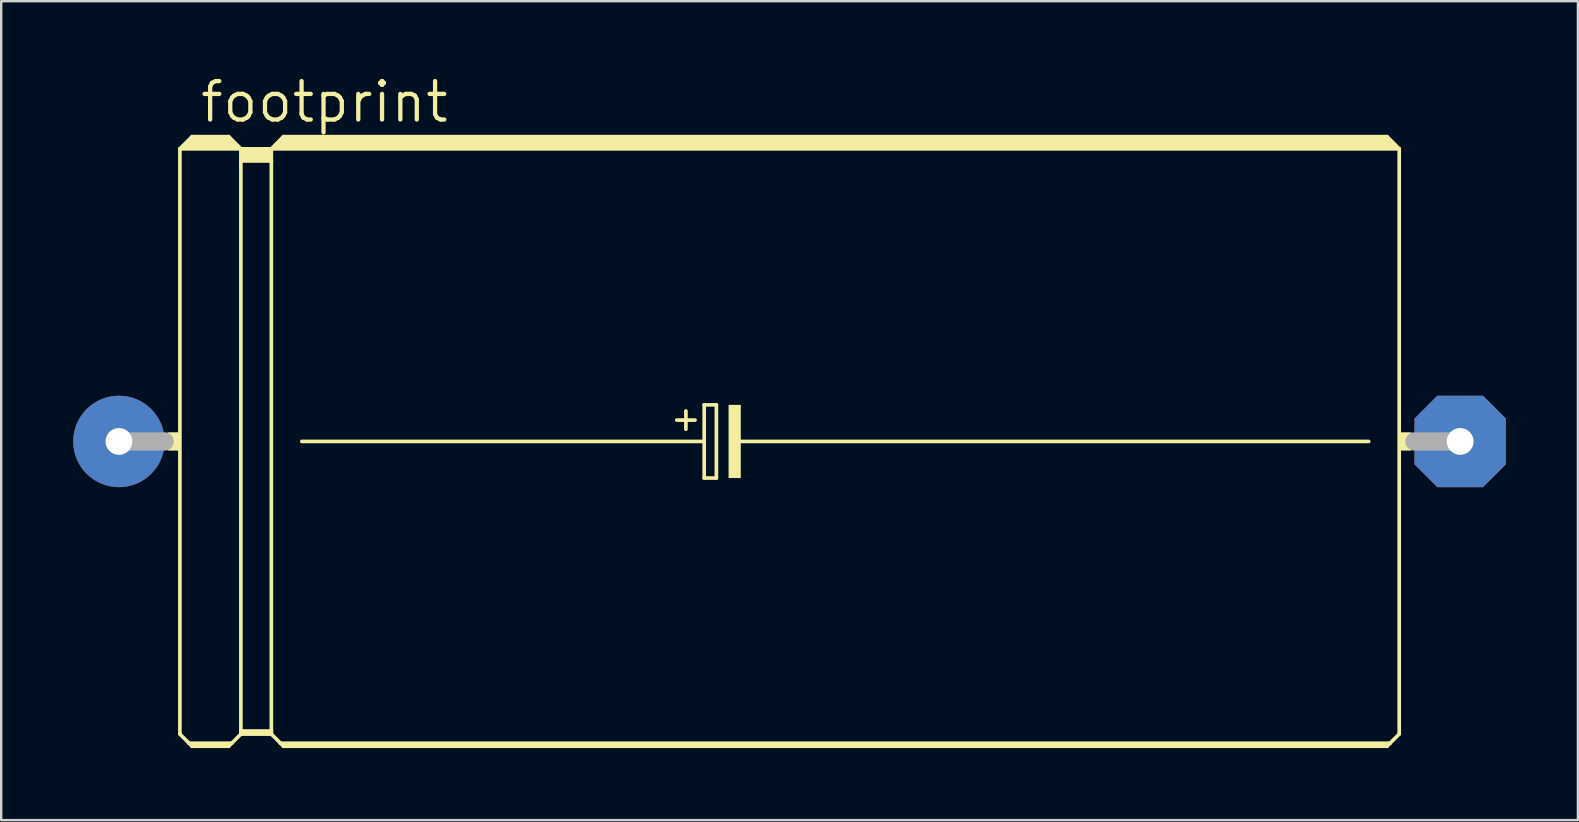
<source format=kicad_pcb>
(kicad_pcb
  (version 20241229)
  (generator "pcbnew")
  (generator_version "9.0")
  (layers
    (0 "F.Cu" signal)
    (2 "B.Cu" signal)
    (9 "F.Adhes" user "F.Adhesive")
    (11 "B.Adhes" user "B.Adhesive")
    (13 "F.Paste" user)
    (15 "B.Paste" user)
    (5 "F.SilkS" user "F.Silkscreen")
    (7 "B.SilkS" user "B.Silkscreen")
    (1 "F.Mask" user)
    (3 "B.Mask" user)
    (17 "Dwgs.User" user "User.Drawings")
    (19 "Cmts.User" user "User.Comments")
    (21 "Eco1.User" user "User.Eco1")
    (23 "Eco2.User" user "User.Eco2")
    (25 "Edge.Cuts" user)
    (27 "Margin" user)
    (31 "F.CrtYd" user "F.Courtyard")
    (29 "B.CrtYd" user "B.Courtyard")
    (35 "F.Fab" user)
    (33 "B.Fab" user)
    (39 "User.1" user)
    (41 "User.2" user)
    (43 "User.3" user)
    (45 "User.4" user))
  (footprint "footprint"
    (layer "F.Cu")
    (at 29.845 15.342)
    (property "Reference" "footprint" (at -24.638 -13.208 0) (layer "F.SilkS") (effects (font (size 1.6 1.6) (thickness 0.178)) (justify left bottom)))
    (fp_line (start -25.4 -12.192) (end -25.4 12.192) (stroke (width 0.152) (type solid)) (layer "F.SilkS"))
    (fp_line (start -25.4 -12.192) (end -24.892 -12.7) (stroke (width 0.152) (type solid)) (layer "F.SilkS"))
    (fp_line (start -25.4 -12.192) (end -22.86 -12.192) (stroke (width 0.152) (type solid)) (layer "F.SilkS"))
    (fp_line (start -25.4 12.192) (end -25.019 12.573) (stroke (width 0.152) (type solid)) (layer "F.SilkS"))
    (fp_line (start -25.146 -12.319) (end -23.114 -12.319) (stroke (width 0.305) (type solid)) (layer "F.SilkS"))
    (fp_line (start -25.019 12.573) (end -24.892 12.7) (stroke (width 0.152) (type solid)) (layer "F.SilkS"))
    (fp_line (start -25.019 12.573) (end -23.241 12.573) (stroke (width 0.152) (type solid)) (layer "F.SilkS"))
    (fp_line (start -24.892 -12.7) (end -23.368 -12.7) (stroke (width 0.152) (type solid)) (layer "F.SilkS"))
    (fp_line (start -24.892 -12.573) (end -23.368 -12.573) (stroke (width 0.305) (type solid)) (layer "F.SilkS"))
    (fp_line (start -24.892 12.649) (end -23.368 12.649) (stroke (width 0.152) (type solid)) (layer "F.SilkS"))
    (fp_line (start -24.892 12.7) (end -24.892 12.649) (stroke (width 0.152) (type solid)) (layer "F.SilkS"))
    (fp_line (start -24.892 12.7) (end -23.368 12.7) (stroke (width 0.152) (type solid)) (layer "F.SilkS"))
    (fp_line (start -23.368 -12.7) (end -22.86 -12.192) (stroke (width 0.152) (type solid)) (layer "F.SilkS"))
    (fp_line (start -23.368 12.7) (end -23.241 12.573) (stroke (width 0.152) (type solid)) (layer "F.SilkS"))
    (fp_line (start -23.241 12.573) (end -22.86 12.192) (stroke (width 0.152) (type solid)) (layer "F.SilkS"))
    (fp_line (start -22.86 -12.192) (end -21.59 -12.192) (stroke (width 0.152) (type solid)) (layer "F.SilkS"))
    (fp_line (start -22.86 -11.684) (end -22.86 -12.192) (stroke (width 0.152) (type solid)) (layer "F.SilkS"))
    (fp_line (start -22.86 -11.684) (end -21.59 -11.684) (stroke (width 0.152) (type solid)) (layer "F.SilkS"))
    (fp_line (start -22.86 12.065) (end -22.86 -11.684) (stroke (width 0.152) (type solid)) (layer "F.SilkS"))
    (fp_line (start -22.86 12.065) (end -21.59 12.065) (stroke (width 0.152) (type solid)) (layer "F.SilkS"))
    (fp_line (start -22.86 12.141) (end -22.86 12.065) (stroke (width 0.152) (type solid)) (layer "F.SilkS"))
    (fp_line (start -22.86 12.141) (end -21.59 12.141) (stroke (width 0.152) (type solid)) (layer "F.SilkS"))
    (fp_line (start -22.86 12.192) (end -22.86 12.141) (stroke (width 0.152) (type solid)) (layer "F.SilkS"))
    (fp_line (start -22.86 12.192) (end -21.59 12.192) (stroke (width 0.152) (type solid)) (layer "F.SilkS"))
    (fp_line (start -22.733 -12.065) (end -21.717 -12.065) (stroke (width 0.305) (type solid)) (layer "F.SilkS"))
    (fp_line (start -22.733 -11.811) (end -21.717 -11.811) (stroke (width 0.305) (type solid)) (layer "F.SilkS"))
    (fp_line (start -21.59 -12.192) (end -21.082 -12.7) (stroke (width 0.152) (type solid)) (layer "F.SilkS"))
    (fp_line (start -21.59 -12.192) (end 25.4 -12.192) (stroke (width 0.152) (type solid)) (layer "F.SilkS"))
    (fp_line (start -21.59 -11.684) (end -21.59 -12.192) (stroke (width 0.152) (type solid)) (layer "F.SilkS"))
    (fp_line (start -21.59 12.065) (end -21.59 -11.684) (stroke (width 0.152) (type solid)) (layer "F.SilkS"))
    (fp_line (start -21.59 12.141) (end -21.59 12.065) (stroke (width 0.152) (type solid)) (layer "F.SilkS"))
    (fp_line (start -21.59 12.192) (end -21.59 12.141) (stroke (width 0.152) (type solid)) (layer "F.SilkS"))
    (fp_line (start -21.59 12.192) (end -21.209 12.573) (stroke (width 0.152) (type solid)) (layer "F.SilkS"))
    (fp_line (start -21.336 -12.319) (end 25.146 -12.319) (stroke (width 0.305) (type solid)) (layer "F.SilkS"))
    (fp_line (start -21.209 12.573) (end -21.082 12.7) (stroke (width 0.152) (type solid)) (layer "F.SilkS"))
    (fp_line (start -21.209 12.573) (end 25.019 12.573) (stroke (width 0.152) (type solid)) (layer "F.SilkS"))
    (fp_line (start -21.082 -12.7) (end 24.892 -12.7) (stroke (width 0.152) (type solid)) (layer "F.SilkS"))
    (fp_line (start -21.082 -12.573) (end 24.892 -12.573) (stroke (width 0.305) (type solid)) (layer "F.SilkS"))
    (fp_line (start -21.082 12.649) (end 24.892 12.649) (stroke (width 0.152) (type solid)) (layer "F.SilkS"))
    (fp_line (start -21.082 12.7) (end -21.082 12.649) (stroke (width 0.152) (type solid)) (layer "F.SilkS"))
    (fp_line (start -21.082 12.7) (end 24.892 12.7) (stroke (width 0.152) (type solid)) (layer "F.SilkS"))
    (fp_line (start -20.32 0) (end -3.556 0) (stroke (width 0.152) (type solid)) (layer "F.SilkS"))
    (fp_line (start -4.699 -0.889) (end -3.937 -0.889) (stroke (width 0.152) (type solid)) (layer "F.SilkS"))
    (fp_line (start -4.318 -1.27) (end -4.318 -0.508) (stroke (width 0.152) (type solid)) (layer "F.SilkS"))
    (fp_line (start -3.556 -1.524) (end -3.556 0) (stroke (width 0.152) (type solid)) (layer "F.SilkS"))
    (fp_line (start -3.556 0) (end -3.556 1.524) (stroke (width 0.152) (type solid)) (layer "F.SilkS"))
    (fp_line (start -3.556 1.524) (end -3.048 1.524) (stroke (width 0.152) (type solid)) (layer "F.SilkS"))
    (fp_line (start -3.048 -1.524) (end -3.556 -1.524) (stroke (width 0.152) (type solid)) (layer "F.SilkS"))
    (fp_line (start -3.048 1.524) (end -3.048 -1.524) (stroke (width 0.152) (type solid)) (layer "F.SilkS"))
    (fp_line (start -2.159 0) (end 24.13 0) (stroke (width 0.152) (type solid)) (layer "F.SilkS"))
    (fp_line (start 24.892 -12.7) (end 25.4 -12.192) (stroke (width 0.152) (type solid)) (layer "F.SilkS"))
    (fp_line (start 24.892 12.7) (end 25.019 12.573) (stroke (width 0.152) (type solid)) (layer "F.SilkS"))
    (fp_line (start 25.019 12.573) (end 25.4 12.192) (stroke (width 0.152) (type solid)) (layer "F.SilkS"))
    (fp_line (start 25.4 -12.192) (end 25.4 12.192) (stroke (width 0.152) (type solid)) (layer "F.SilkS"))
    (fp_poly (pts (xy -25.908 0.381) (xy -25.4 0.381) (xy -25.4 -0.381) (xy -25.908 -0.381)) (stroke (width 0) (type solid)) (fill yes) (layer "F.SilkS"))
    (fp_poly (pts (xy -2.54 1.524) (xy -2.032 1.524) (xy -2.032 -1.524) (xy -2.54 -1.524)) (stroke (width 0) (type solid)) (fill yes) (layer "F.SilkS"))
    (fp_poly (pts (xy 25.4 0.381) (xy 25.908 0.381) (xy 25.908 -0.381) (xy 25.4 -0.381)) (stroke (width 0) (type solid)) (fill yes) (layer "F.SilkS"))
    (fp_line (start -27.94 0) (end -26.035 0) (stroke (width 0.762) (type solid)) (layer "F.Fab"))
    (fp_line (start 27.94 0) (end 26.035 0) (stroke (width 0.762) (type solid)) (layer "F.Fab"))
    (pad "+" thru_hole circle (at -27.94 0) (size 3.81 3.81) (drill 1.118) (layers "*.Cu" "*.Mask"))
    (pad "-" thru_hole roundrect (at 27.94 0) (size 3.81 3.81) (drill 1.118) (layers "*.Cu" "*.Mask") (roundrect_rratio 0.25) (chamfer_ratio 0.25) (chamfer top_left top_right bottom_left bottom_right)))
  (gr_rect
    (start -3 -3)
    (end 62.69 31.118)
    (stroke (width 0.1) (type default))
    (fill no)
    (layer "Edge.Cuts")))
</source>
